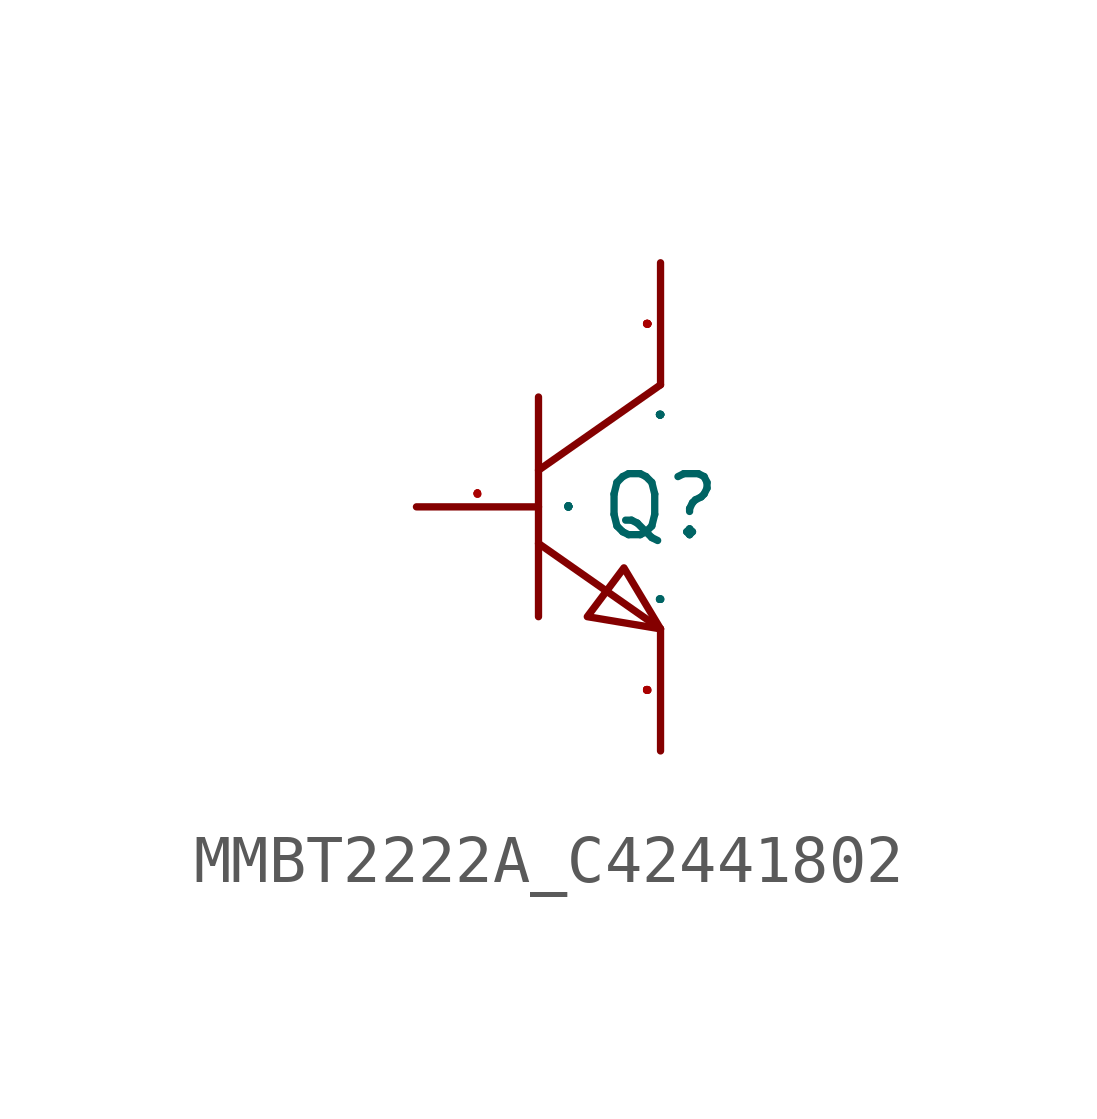
<source format=kicad_sym>
(kicad_symbol_lib
  (version 20241209)
  (generator "kicad_symbol_editor")
  (generator_version "9.0")
  (symbol "MMBT2222A_C42441802"
    (property "Reference" "Q"
      (at 0 0 0)
      (effects (font (size 1.27 1.27))))
    (property "Value" ""
      (at 0 0 0)
      (effects (font (size 1.27 1.27))))
    (symbol "MMBT2222A_C42441802_1_0"
      (polyline (pts (xy -2.54 2.286) (xy -2.54 -2.286)) (stroke (width 0) (type default)) (fill (type none)))
      (polyline (pts (xy -2.54 -0.762) (xy 0 -2.54)) (stroke (width 0) (type default)) (fill (type none)))
      (polyline (pts (xy 0 2.54) (xy -2.54 0.762)) (stroke (width 0) (type default)) (fill (type none)))
      (polyline (pts (xy 0 -2.54) (xy -0.762 -1.27) (xy -0.762 -1.27) (xy -1.524 -2.286) (xy -1.524 -2.286) (xy 0 -2.54)) (stroke (width 0) (type default)) (fill (type none)))
      (pin input line (at -5.08 0 0) (length 2.54) (name "B" (effects (font (size 0.025 0.025)))) (number "1" (effects (font (size 0.025 0.025)))))
      (pin input line (at 0 5.08 270) (length 2.54) (name "C" (effects (font (size 0.025 0.025)))) (number "3" (effects (font (size 0.025 0.025)))))
      (pin input line (at 0 -5.08 90) (length 2.54) (name "E" (effects (font (size 0.025 0.025)))) (number "2" (effects (font (size 0.025 0.025))))))))
</source>
